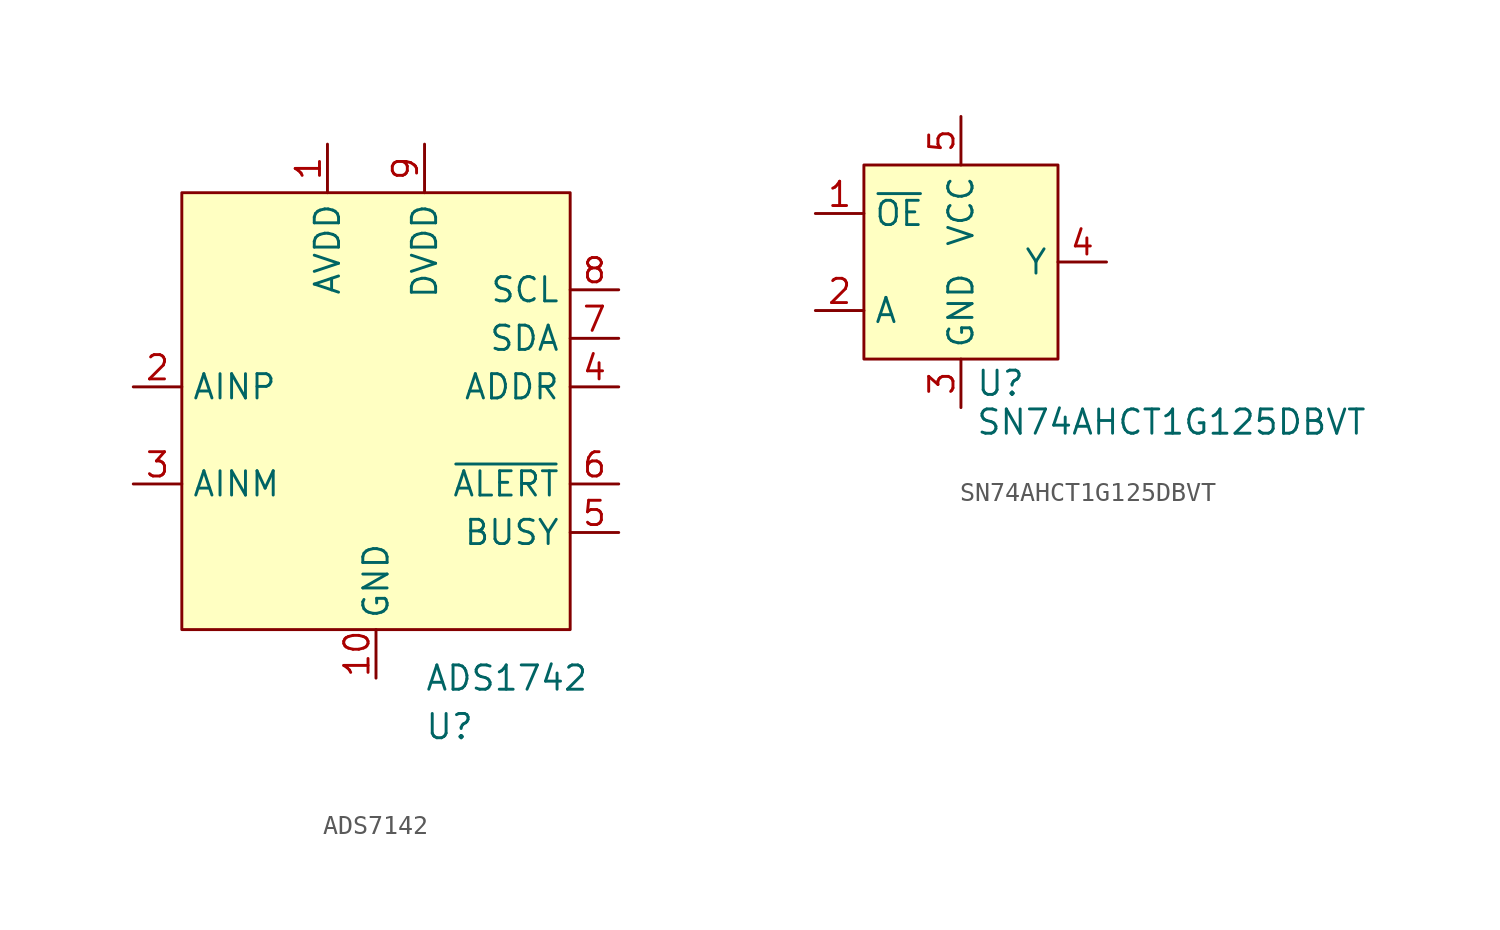
<source format=kicad_sym>
(kicad_symbol_lib
  (version 20220914)
  (generator kicad_symbol_editor)
  (symbol "ADS7142"
    (property "Reference" "U"
      (at 2.54 -27.94 0)
      (do_not_autoplace)
      (effects (font (size 1.27 1.27)) (justify left)))
    (property "Value" "ADS1742"
      (at 2.54 -25.4 0)
      (do_not_autoplace)
      (effects (font (size 1.27 1.27)) (justify left)))
    (symbol "ADS7142_1_0"
      (pin power_in line (at -2.54 2.54 270) (length 2.54) (name "AVDD" (effects (font (size 1.27 1.27)))) (number "1" (effects (font (size 1.27 1.27)))))
      (pin passive line (at 0 -25.4 90) (length 2.54) (name "GND" (effects (font (size 1.27 1.27)))) (number "10" (effects (font (size 1.27 1.27)))))
      (pin input line (at -12.7 -10.16 0) (length 2.54) (name "AINP" (effects (font (size 1.27 1.27)))) (number "2" (effects (font (size 1.27 1.27)))) (alternate "AIN0" input line))
      (pin input line (at -12.7 -15.24 0) (length 2.54) (name "AINM" (effects (font (size 1.27 1.27)))) (number "3" (effects (font (size 1.27 1.27)))) (alternate "AIN1" input line))
      (pin input line (at 12.7 -10.16 180) (length 2.54) (name "ADDR" (effects (font (size 1.27 1.27)))) (number "4" (effects (font (size 1.27 1.27)))))
      (pin output line (at 12.7 -17.78 180) (length 2.54) (name "BUSY" (effects (font (size 1.27 1.27)))) (number "5" (effects (font (size 1.27 1.27)))) (alternate "~{RDY}" output line))
      (pin output line (at 12.7 -15.24 180) (length 2.54) (name "~{ALERT}" (effects (font (size 1.27 1.27)))) (number "6" (effects (font (size 1.27 1.27)))))
      (pin bidirectional line (at 12.7 -7.62 180) (length 2.54) (name "SDA" (effects (font (size 1.27 1.27)))) (number "7" (effects (font (size 1.27 1.27)))))
      (pin input line (at 12.7 -5.08 180) (length 2.54) (name "SCL" (effects (font (size 1.27 1.27)))) (number "8" (effects (font (size 1.27 1.27)))))
      (pin passive line (at 2.54 2.54 270) (length 2.54) (name "DVDD" (effects (font (size 1.27 1.27)))) (number "9" (effects (font (size 1.27 1.27))))))
    (symbol "ADS7142_1_1"
      (rectangle (start -10.16 0) (end 10.16 -22.86) (stroke (width 0) (type default)) (fill (type background)))))
  (symbol "SN74AHCT1G125DBVT"
    (property "Reference" "U"
      (at 0.762 -6.35 0)
      (effects (font (size 1.27 1.27)) (justify left)))
    (property "Value" "SN74AHCT1G125DBVT"
      (at 0.762 -8.382 0)
      (effects (font (size 1.27 1.27)) (justify left)))
    (symbol "SN74AHCT1G125DBVT_0_1"
      (rectangle (start -5.08 5.08) (end 5.08 -5.08) (stroke (width 0) (type default)) (fill (type background))))
    (symbol "SN74AHCT1G125DBVT_1_1"
      (pin input line (at -7.62 2.54 0) (length 2.54) (name "~{OE}" (effects (font (size 1.27 1.27)))) (number "1" (effects (font (size 1.27 1.27)))))
      (pin input line (at -7.62 -2.54 0) (length 2.54) (name "A" (effects (font (size 1.27 1.27)))) (number "2" (effects (font (size 1.27 1.27)))))
      (pin passive line (at 0 -7.62 90) (length 2.54) (name "GND" (effects (font (size 1.27 1.27)))) (number "3" (effects (font (size 1.27 1.27)))))
      (pin output line (at 7.62 0 180) (length 2.54) (name "Y" (effects (font (size 1.27 1.27)))) (number "4" (effects (font (size 1.27 1.27)))))
      (pin power_in line (at 0 7.62 270) (length 2.54) (name "VCC" (effects (font (size 1.27 1.27)))) (number "5" (effects (font (size 1.27 1.27))))))))
</source>
